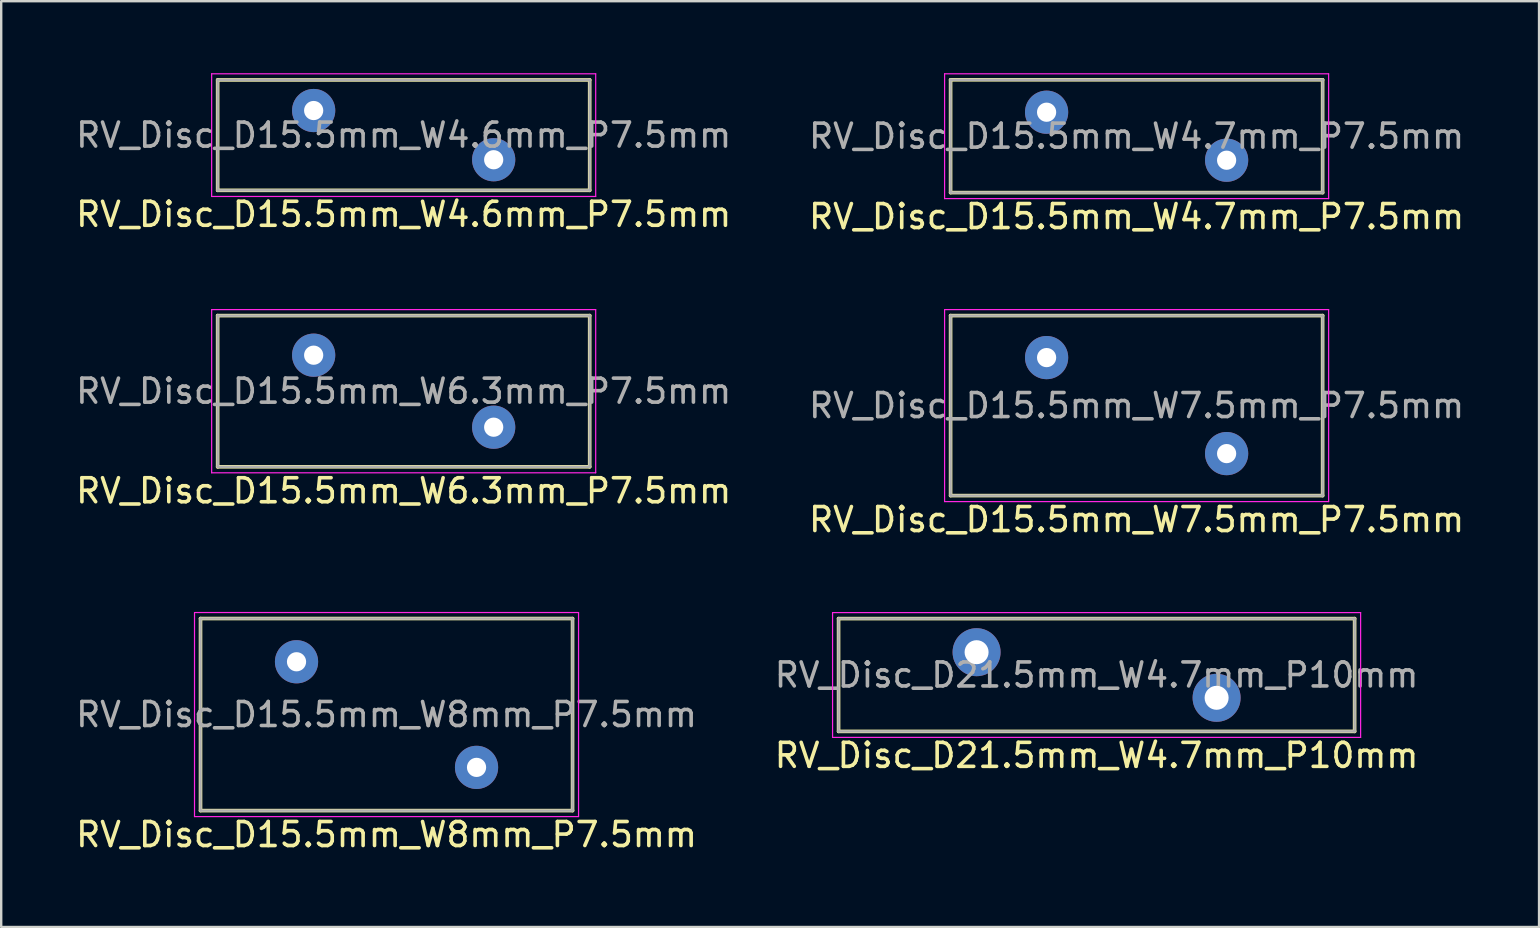
<source format=kicad_pcb>
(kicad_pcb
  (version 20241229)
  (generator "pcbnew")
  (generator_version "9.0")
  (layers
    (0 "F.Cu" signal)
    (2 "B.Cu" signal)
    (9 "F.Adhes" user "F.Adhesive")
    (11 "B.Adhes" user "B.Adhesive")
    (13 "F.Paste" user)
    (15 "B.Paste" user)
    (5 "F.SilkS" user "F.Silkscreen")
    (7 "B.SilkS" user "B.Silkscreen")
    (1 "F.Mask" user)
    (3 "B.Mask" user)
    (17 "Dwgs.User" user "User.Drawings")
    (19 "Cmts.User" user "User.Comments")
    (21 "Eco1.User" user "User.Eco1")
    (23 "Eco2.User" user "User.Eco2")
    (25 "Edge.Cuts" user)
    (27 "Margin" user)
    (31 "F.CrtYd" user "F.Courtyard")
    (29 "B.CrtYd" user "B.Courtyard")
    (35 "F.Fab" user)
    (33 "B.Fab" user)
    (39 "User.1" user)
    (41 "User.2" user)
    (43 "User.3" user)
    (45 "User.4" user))
  (footprint "RV_Disc_D15.5mm_W7.5mm_P7.5mm"
    (layer "F.Cu")
    (at 40.554 11.848)
    (property "Reference" "RV_Disc_D15.5mm_W7.5mm_P7.5mm" (at 3.75 6.75 0) (layer "F.SilkS") (effects (font (size 1 1) (thickness 0.15))))
    (attr through_hole)
    (fp_line (start -4 -1.75) (end -4 5.75) (stroke (width 0.15) (type solid)) (layer "F.SilkS"))
    (fp_line (start -4 -1.75) (end 11.5 -1.75) (stroke (width 0.15) (type solid)) (layer "F.SilkS"))
    (fp_line (start -4 5.75) (end 11.5 5.75) (stroke (width 0.15) (type solid)) (layer "F.SilkS"))
    (fp_line (start 11.5 -1.75) (end 11.5 5.75) (stroke (width 0.15) (type solid)) (layer "F.SilkS"))
    (fp_line (start -4.25 -2) (end -4.25 6) (stroke (width 0.05) (type solid)) (layer "F.CrtYd"))
    (fp_line (start -4.25 -2) (end 11.75 -2) (stroke (width 0.05) (type solid)) (layer "F.CrtYd"))
    (fp_line (start -4.25 6) (end 11.75 6) (stroke (width 0.05) (type solid)) (layer "F.CrtYd"))
    (fp_line (start 11.75 -2) (end 11.75 6) (stroke (width 0.05) (type solid)) (layer "F.CrtYd"))
    (fp_line (start -4 -1.75) (end -4 5.75) (stroke (width 0.1) (type solid)) (layer "F.Fab"))
    (fp_line (start -4 -1.75) (end 11.5 -1.75) (stroke (width 0.1) (type solid)) (layer "F.Fab"))
    (fp_line (start -4 5.75) (end 11.5 5.75) (stroke (width 0.1) (type solid)) (layer "F.Fab"))
    (fp_line (start 11.5 -1.75) (end 11.5 5.75) (stroke (width 0.1) (type solid)) (layer "F.Fab"))
    (fp_text user "${REFERENCE}" (at 3.75 2 0) (layer "F.Fab") (effects (font (size 1 1) (thickness 0.15))))
    (pad "1" thru_hole circle (at 0 0) (size 1.8 1.8) (drill 0.8) (layers "*.Cu" "*.Mask"))
    (pad "2" thru_hole circle (at 7.5 4) (size 1.8 1.8) (drill 0.8) (layers "*.Cu" "*.Mask")))
  (footprint "RV_Disc_D15.5mm_W4.6mm_P7.5mm"
    (layer "F.Cu")
    (at 10.018 1.555)
    (property "Reference" "RV_Disc_D15.5mm_W4.6mm_P7.5mm" (at 3.75 4.325 0) (layer "F.SilkS") (effects (font (size 1 1) (thickness 0.15))))
    (attr through_hole)
    (fp_line (start -4 -1.275) (end -4 3.325) (stroke (width 0.15) (type solid)) (layer "F.SilkS"))
    (fp_line (start -4 -1.275) (end 11.5 -1.275) (stroke (width 0.15) (type solid)) (layer "F.SilkS"))
    (fp_line (start -4 3.325) (end 11.5 3.325) (stroke (width 0.15) (type solid)) (layer "F.SilkS"))
    (fp_line (start 11.5 -1.275) (end 11.5 3.325) (stroke (width 0.15) (type solid)) (layer "F.SilkS"))
    (fp_line (start -4.25 -1.53) (end -4.25 3.58) (stroke (width 0.05) (type solid)) (layer "F.CrtYd"))
    (fp_line (start -4.25 -1.53) (end 11.75 -1.53) (stroke (width 0.05) (type solid)) (layer "F.CrtYd"))
    (fp_line (start -4.25 3.58) (end 11.75 3.58) (stroke (width 0.05) (type solid)) (layer "F.CrtYd"))
    (fp_line (start 11.75 -1.53) (end 11.75 3.58) (stroke (width 0.05) (type solid)) (layer "F.CrtYd"))
    (fp_line (start -4 -1.275) (end -4 3.325) (stroke (width 0.1) (type solid)) (layer "F.Fab"))
    (fp_line (start -4 -1.275) (end 11.5 -1.275) (stroke (width 0.1) (type solid)) (layer "F.Fab"))
    (fp_line (start -4 3.325) (end 11.5 3.325) (stroke (width 0.1) (type solid)) (layer "F.Fab"))
    (fp_line (start 11.5 -1.275) (end 11.5 3.325) (stroke (width 0.1) (type solid)) (layer "F.Fab"))
    (fp_text user "${REFERENCE}" (at 3.75 1.025 0) (layer "F.Fab") (effects (font (size 1 1) (thickness 0.15))))
    (pad "1" thru_hole circle (at 0 0) (size 1.8 1.8) (drill 0.8) (layers "*.Cu" "*.Mask"))
    (pad "2" thru_hole circle (at 7.5 2.05) (size 1.8 1.8) (drill 0.8) (layers "*.Cu" "*.Mask")))
  (footprint "RV_Disc_D21.5mm_W4.7mm_P10mm"
    (layer "F.Cu")
    (at 37.637 24.122)
    (property "Reference" "RV_Disc_D21.5mm_W4.7mm_P10mm" (at 5 4.3 0) (layer "F.SilkS") (effects (font (size 1 1) (thickness 0.15))))
    (attr through_hole)
    (fp_line (start -5.75 -1.4) (end -5.75 3.3) (stroke (width 0.15) (type solid)) (layer "F.SilkS"))
    (fp_line (start -5.75 -1.4) (end 15.75 -1.4) (stroke (width 0.15) (type solid)) (layer "F.SilkS"))
    (fp_line (start -5.75 3.3) (end 15.75 3.3) (stroke (width 0.15) (type solid)) (layer "F.SilkS"))
    (fp_line (start 15.75 -1.4) (end 15.75 3.3) (stroke (width 0.15) (type solid)) (layer "F.SilkS"))
    (fp_line (start -6 -1.65) (end -6 3.55) (stroke (width 0.05) (type solid)) (layer "F.CrtYd"))
    (fp_line (start -6 -1.65) (end 16 -1.65) (stroke (width 0.05) (type solid)) (layer "F.CrtYd"))
    (fp_line (start -6 3.55) (end 16 3.55) (stroke (width 0.05) (type solid)) (layer "F.CrtYd"))
    (fp_line (start 16 -1.65) (end 16 3.55) (stroke (width 0.05) (type solid)) (layer "F.CrtYd"))
    (fp_line (start -5.75 -1.4) (end -5.75 3.3) (stroke (width 0.1) (type solid)) (layer "F.Fab"))
    (fp_line (start -5.75 -1.4) (end 15.75 -1.4) (stroke (width 0.1) (type solid)) (layer "F.Fab"))
    (fp_line (start -5.75 3.3) (end 15.75 3.3) (stroke (width 0.1) (type solid)) (layer "F.Fab"))
    (fp_line (start 15.75 -1.4) (end 15.75 3.3) (stroke (width 0.1) (type solid)) (layer "F.Fab"))
    (fp_text user "${REFERENCE}" (at 5 0.95 0) (layer "F.Fab") (effects (font (size 1 1) (thickness 0.15))))
    (pad "1" thru_hole circle (at 0 0) (size 2 2) (drill 1) (layers "*.Cu" "*.Mask"))
    (pad "2" thru_hole circle (at 10 1.9) (size 2 2) (drill 1) (layers "*.Cu" "*.Mask")))
  (footprint "RV_Disc_D15.5mm_W6.3mm_P7.5mm"
    (layer "F.Cu")
    (at 10.018 11.748)
    (property "Reference" "RV_Disc_D15.5mm_W6.3mm_P7.5mm" (at 3.75 5.65 0) (layer "F.SilkS") (effects (font (size 1 1) (thickness 0.15))))
    (attr through_hole)
    (fp_line (start -4 -1.65) (end -4 4.65) (stroke (width 0.15) (type solid)) (layer "F.SilkS"))
    (fp_line (start -4 -1.65) (end 11.5 -1.65) (stroke (width 0.15) (type solid)) (layer "F.SilkS"))
    (fp_line (start -4 4.65) (end 11.5 4.65) (stroke (width 0.15) (type solid)) (layer "F.SilkS"))
    (fp_line (start 11.5 -1.65) (end 11.5 4.65) (stroke (width 0.15) (type solid)) (layer "F.SilkS"))
    (fp_line (start -4.25 -1.9) (end -4.25 4.9) (stroke (width 0.05) (type solid)) (layer "F.CrtYd"))
    (fp_line (start -4.25 -1.9) (end 11.75 -1.9) (stroke (width 0.05) (type solid)) (layer "F.CrtYd"))
    (fp_line (start -4.25 4.9) (end 11.75 4.9) (stroke (width 0.05) (type solid)) (layer "F.CrtYd"))
    (fp_line (start 11.75 -1.9) (end 11.75 4.9) (stroke (width 0.05) (type solid)) (layer "F.CrtYd"))
    (fp_line (start -4 -1.65) (end -4 4.65) (stroke (width 0.1) (type solid)) (layer "F.Fab"))
    (fp_line (start -4 -1.65) (end 11.5 -1.65) (stroke (width 0.1) (type solid)) (layer "F.Fab"))
    (fp_line (start -4 4.65) (end 11.5 4.65) (stroke (width 0.1) (type solid)) (layer "F.Fab"))
    (fp_line (start 11.5 -1.65) (end 11.5 4.65) (stroke (width 0.1) (type solid)) (layer "F.Fab"))
    (fp_text user "${REFERENCE}" (at 3.75 1.5 0) (layer "F.Fab") (effects (font (size 1 1) (thickness 0.15))))
    (pad "1" thru_hole circle (at 0 0) (size 1.8 1.8) (drill 0.8) (layers "*.Cu" "*.Mask"))
    (pad "2" thru_hole circle (at 7.5 3) (size 1.8 1.8) (drill 0.8) (layers "*.Cu" "*.Mask")))
  (footprint "RV_Disc_D15.5mm_W4.7mm_P7.5mm"
    (layer "F.Cu")
    (at 40.554 1.625)
    (property "Reference" "RV_Disc_D15.5mm_W4.7mm_P7.5mm" (at 3.75 4.35 0) (layer "F.SilkS") (effects (font (size 1 1) (thickness 0.15))))
    (attr through_hole)
    (fp_line (start -4 -1.35) (end -4 3.35) (stroke (width 0.15) (type solid)) (layer "F.SilkS"))
    (fp_line (start -4 -1.35) (end 11.5 -1.35) (stroke (width 0.15) (type solid)) (layer "F.SilkS"))
    (fp_line (start -4 3.35) (end 11.5 3.35) (stroke (width 0.15) (type solid)) (layer "F.SilkS"))
    (fp_line (start 11.5 -1.35) (end 11.5 3.35) (stroke (width 0.15) (type solid)) (layer "F.SilkS"))
    (fp_line (start -4.25 -1.6) (end -4.25 3.6) (stroke (width 0.05) (type solid)) (layer "F.CrtYd"))
    (fp_line (start -4.25 -1.6) (end 11.75 -1.6) (stroke (width 0.05) (type solid)) (layer "F.CrtYd"))
    (fp_line (start -4.25 3.6) (end 11.75 3.6) (stroke (width 0.05) (type solid)) (layer "F.CrtYd"))
    (fp_line (start 11.75 -1.6) (end 11.75 3.6) (stroke (width 0.05) (type solid)) (layer "F.CrtYd"))
    (fp_line (start -4 -1.35) (end -4 3.35) (stroke (width 0.1) (type solid)) (layer "F.Fab"))
    (fp_line (start -4 -1.35) (end 11.5 -1.35) (stroke (width 0.1) (type solid)) (layer "F.Fab"))
    (fp_line (start -4 3.35) (end 11.5 3.35) (stroke (width 0.1) (type solid)) (layer "F.Fab"))
    (fp_line (start 11.5 -1.35) (end 11.5 3.35) (stroke (width 0.1) (type solid)) (layer "F.Fab"))
    (fp_text user "${REFERENCE}" (at 3.75 1 0) (layer "F.Fab") (effects (font (size 1 1) (thickness 0.15))))
    (pad "1" thru_hole circle (at 0 0) (size 1.8 1.8) (drill 0.8) (layers "*.Cu" "*.Mask"))
    (pad "2" thru_hole circle (at 7.5 2) (size 1.8 1.8) (drill 0.8) (layers "*.Cu" "*.Mask")))
  (footprint "RV_Disc_D15.5mm_W8mm_P7.5mm"
    (layer "F.Cu")
    (at 9.304 24.521)
    (property "Reference" "RV_Disc_D15.5mm_W8mm_P7.5mm" (at 3.75 7.2 0) (layer "F.SilkS") (effects (font (size 1 1) (thickness 0.15))))
    (attr through_hole)
    (fp_line (start -4 -1.8) (end -4 6.2) (stroke (width 0.15) (type solid)) (layer "F.SilkS"))
    (fp_line (start -4 -1.8) (end 11.5 -1.8) (stroke (width 0.15) (type solid)) (layer "F.SilkS"))
    (fp_line (start -4 6.2) (end 11.5 6.2) (stroke (width 0.15) (type solid)) (layer "F.SilkS"))
    (fp_line (start 11.5 -1.8) (end 11.5 6.2) (stroke (width 0.15) (type solid)) (layer "F.SilkS"))
    (fp_line (start -4.25 -2.05) (end -4.25 6.45) (stroke (width 0.05) (type solid)) (layer "F.CrtYd"))
    (fp_line (start -4.25 -2.05) (end 11.75 -2.05) (stroke (width 0.05) (type solid)) (layer "F.CrtYd"))
    (fp_line (start -4.25 6.45) (end 11.75 6.45) (stroke (width 0.05) (type solid)) (layer "F.CrtYd"))
    (fp_line (start 11.75 -2.05) (end 11.75 6.45) (stroke (width 0.05) (type solid)) (layer "F.CrtYd"))
    (fp_line (start -4 -1.8) (end -4 6.2) (stroke (width 0.1) (type solid)) (layer "F.Fab"))
    (fp_line (start -4 -1.8) (end 11.5 -1.8) (stroke (width 0.1) (type solid)) (layer "F.Fab"))
    (fp_line (start -4 6.2) (end 11.5 6.2) (stroke (width 0.1) (type solid)) (layer "F.Fab"))
    (fp_line (start 11.5 -1.8) (end 11.5 6.2) (stroke (width 0.1) (type solid)) (layer "F.Fab"))
    (fp_text user "${REFERENCE}" (at 3.75 2.2 0) (layer "F.Fab") (effects (font (size 1 1) (thickness 0.15))))
    (pad "1" thru_hole circle (at 0 0) (size 1.8 1.8) (drill 0.8) (layers "*.Cu" "*.Mask"))
    (pad "2" thru_hole circle (at 7.5 4.4) (size 1.8 1.8) (drill 0.8) (layers "*.Cu" "*.Mask")))
  (gr_rect
    (start -3 -3)
    (end 61.071 35.57)
    (stroke (width 0.1) (type default))
    (fill no)
    (layer "Edge.Cuts")))
</source>
